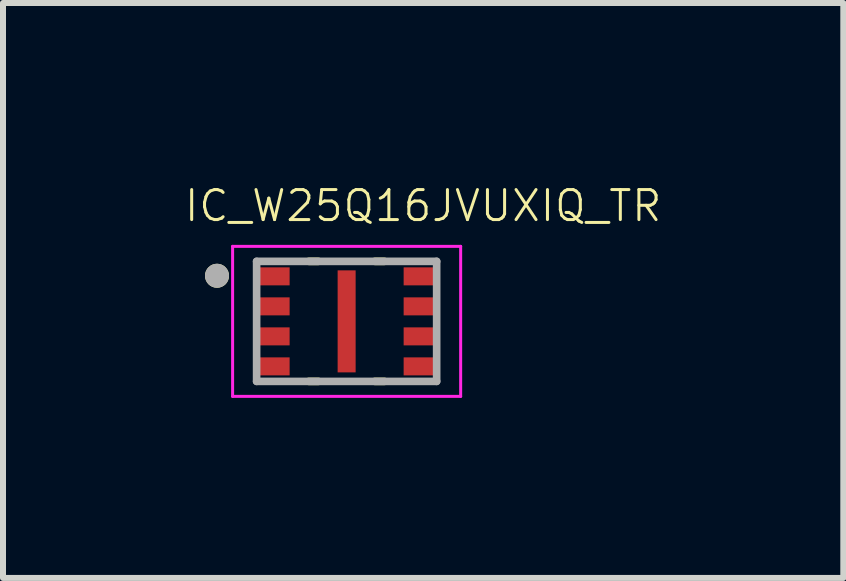
<source format=kicad_pcb>
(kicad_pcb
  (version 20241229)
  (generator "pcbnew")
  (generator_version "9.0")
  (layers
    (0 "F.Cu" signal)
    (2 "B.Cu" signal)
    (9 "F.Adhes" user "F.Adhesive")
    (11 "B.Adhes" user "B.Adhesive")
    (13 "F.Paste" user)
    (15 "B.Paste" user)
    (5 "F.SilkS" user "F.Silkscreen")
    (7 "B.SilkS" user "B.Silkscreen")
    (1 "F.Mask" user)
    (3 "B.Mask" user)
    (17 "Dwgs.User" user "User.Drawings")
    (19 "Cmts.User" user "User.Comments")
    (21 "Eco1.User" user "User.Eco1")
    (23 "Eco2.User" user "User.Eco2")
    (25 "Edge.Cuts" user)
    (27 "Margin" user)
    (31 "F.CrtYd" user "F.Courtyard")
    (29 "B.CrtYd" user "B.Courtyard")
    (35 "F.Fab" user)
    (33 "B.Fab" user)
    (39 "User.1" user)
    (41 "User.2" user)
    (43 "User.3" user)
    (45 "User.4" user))
  (footprint "IC_W25Q16JVUXIQ_TR"
    (layer "F.Cu")
    (at 2.726 2.305)
    (property "Reference" "IC_W25Q16JVUXIQ_TR" (at 1.275 -1.925 0) (layer "F.SilkS") (effects (font (size 0.5 0.5) (thickness 0.05))))
    (attr smd)
    (fp_line (start -0.63 -1) (end -0.47 -1) (stroke (width 0.127) (type solid)) (layer "F.SilkS"))
    (fp_line (start -0.63 1) (end -0.47 1) (stroke (width 0.127) (type solid)) (layer "F.SilkS"))
    (fp_line (start 0.63 -1) (end 0.47 -1) (stroke (width 0.127) (type solid)) (layer "F.SilkS"))
    (fp_line (start 0.63 1) (end 0.47 1) (stroke (width 0.127) (type solid)) (layer "F.SilkS"))
    (fp_circle (center -2.16 -0.76) (end -2.06 -0.76) (stroke (width 0.2) (type solid)) (fill no) (layer "F.SilkS"))
    (fp_poly (pts (xy -1.65 -0.85) (xy -1.1 -0.85) (xy -1.1 -0.65) (xy -1.65 -0.65)) (stroke (width 0.01) (type solid)) (fill yes) (layer "F.Paste"))
    (fp_poly (pts (xy -1.65 -0.35) (xy -1.1 -0.35) (xy -1.1 -0.15) (xy -1.65 -0.15)) (stroke (width 0.01) (type solid)) (fill yes) (layer "F.Paste"))
    (fp_poly (pts (xy -1.65 0.15) (xy -1.1 0.15) (xy -1.1 0.35) (xy -1.65 0.35)) (stroke (width 0.01) (type solid)) (fill yes) (layer "F.Paste"))
    (fp_poly (pts (xy -1.65 0.65) (xy -1.1 0.65) (xy -1.1 0.85) (xy -1.65 0.85)) (stroke (width 0.01) (type solid)) (fill yes) (layer "F.Paste"))
    (fp_poly (pts (xy -0.1 -0.6) (xy 0.1 -0.6) (xy 0.1 -0.1) (xy -0.1 -0.1)) (stroke (width 0.01) (type solid)) (fill yes) (layer "F.Paste"))
    (fp_poly (pts (xy -0.1 0.1) (xy 0.1 0.1) (xy 0.1 0.6) (xy -0.1 0.6)) (stroke (width 0.01) (type solid)) (fill yes) (layer "F.Paste"))
    (fp_poly (pts (xy 1.1 -0.85) (xy 1.65 -0.85) (xy 1.65 -0.65) (xy 1.1 -0.65)) (stroke (width 0.01) (type solid)) (fill yes) (layer "F.Paste"))
    (fp_poly (pts (xy 1.1 -0.35) (xy 1.65 -0.35) (xy 1.65 -0.15) (xy 1.1 -0.15)) (stroke (width 0.01) (type solid)) (fill yes) (layer "F.Paste"))
    (fp_poly (pts (xy 1.1 0.15) (xy 1.65 0.15) (xy 1.65 0.35) (xy 1.1 0.35)) (stroke (width 0.01) (type solid)) (fill yes) (layer "F.Paste"))
    (fp_poly (pts (xy 1.1 0.65) (xy 1.65 0.65) (xy 1.65 0.85) (xy 1.1 0.85)) (stroke (width 0.01) (type solid)) (fill yes) (layer "F.Paste"))
    (fp_line (start -1.9 -1.25) (end -1.9 1.25) (stroke (width 0.05) (type solid)) (layer "F.CrtYd"))
    (fp_line (start -1.9 1.25) (end 1.9 1.25) (stroke (width 0.05) (type solid)) (layer "F.CrtYd"))
    (fp_line (start 1.9 -1.25) (end -1.9 -1.25) (stroke (width 0.05) (type solid)) (layer "F.CrtYd"))
    (fp_line (start 1.9 1.25) (end 1.9 -1.25) (stroke (width 0.05) (type solid)) (layer "F.CrtYd"))
    (fp_line (start -1.5 -1) (end 1.5 -1) (stroke (width 0.127) (type solid)) (layer "F.Fab"))
    (fp_line (start -1.5 1) (end -1.5 -1) (stroke (width 0.127) (type solid)) (layer "F.Fab"))
    (fp_line (start 1.5 -1) (end 1.5 1) (stroke (width 0.127) (type solid)) (layer "F.Fab"))
    (fp_line (start 1.5 1) (end -1.5 1) (stroke (width 0.127) (type solid)) (layer "F.Fab"))
    (fp_circle (center -2.16 -0.76) (end -2.06 -0.76) (stroke (width 0.2) (type solid)) (fill no) (layer "F.Fab"))
    (pad "1" smd rect (at -1.25 -0.75) (size 0.6 0.3) (layers "F.Cu" "F.Mask"))
    (pad "2" smd rect (at -1.25 -0.25) (size 0.6 0.3) (layers "F.Cu" "F.Mask"))
    (pad "3" smd rect (at -1.25 0.25) (size 0.6 0.3) (layers "F.Cu" "F.Mask"))
    (pad "4" smd rect (at -1.25 0.75) (size 0.6 0.3) (layers "F.Cu" "F.Mask"))
    (pad "5" smd rect (at 1.25 0.75) (size 0.6 0.3) (layers "F.Cu" "F.Mask"))
    (pad "6" smd rect (at 1.25 0.25) (size 0.6 0.3) (layers "F.Cu" "F.Mask"))
    (pad "7" smd rect (at 1.25 -0.25) (size 0.6 0.3) (layers "F.Cu" "F.Mask"))
    (pad "8" smd rect (at 1.25 -0.75) (size 0.6 0.3) (layers "F.Cu" "F.Mask"))
    (pad "9" smd rect (at 0 0) (size 0.3 1.7) (layers "F.Cu" "F.Mask")))
  (gr_rect
    (start -3 -3)
    (end 11.002 6.58)
    (stroke (width 0.1) (type default))
    (fill no)
    (layer "Edge.Cuts")))
</source>
